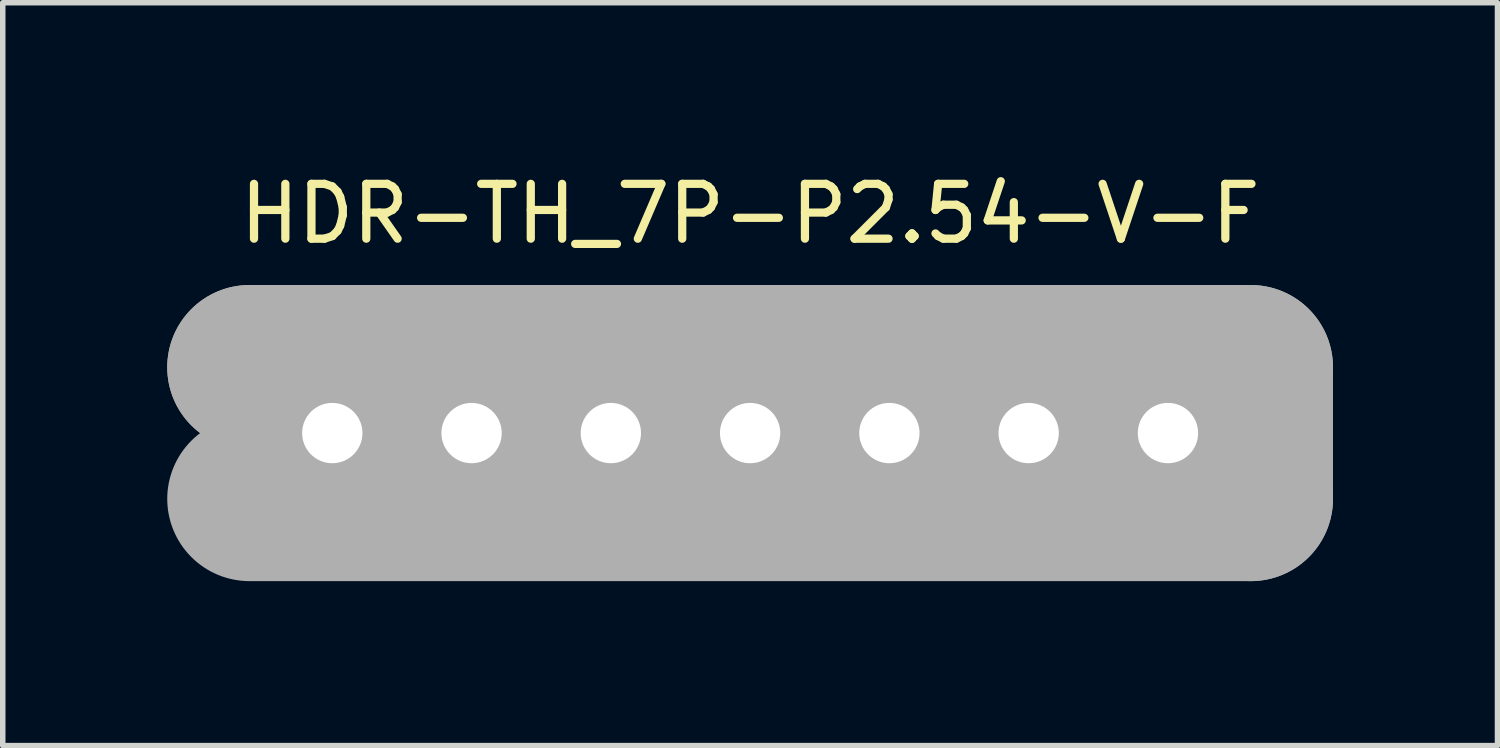
<source format=kicad_pcb>
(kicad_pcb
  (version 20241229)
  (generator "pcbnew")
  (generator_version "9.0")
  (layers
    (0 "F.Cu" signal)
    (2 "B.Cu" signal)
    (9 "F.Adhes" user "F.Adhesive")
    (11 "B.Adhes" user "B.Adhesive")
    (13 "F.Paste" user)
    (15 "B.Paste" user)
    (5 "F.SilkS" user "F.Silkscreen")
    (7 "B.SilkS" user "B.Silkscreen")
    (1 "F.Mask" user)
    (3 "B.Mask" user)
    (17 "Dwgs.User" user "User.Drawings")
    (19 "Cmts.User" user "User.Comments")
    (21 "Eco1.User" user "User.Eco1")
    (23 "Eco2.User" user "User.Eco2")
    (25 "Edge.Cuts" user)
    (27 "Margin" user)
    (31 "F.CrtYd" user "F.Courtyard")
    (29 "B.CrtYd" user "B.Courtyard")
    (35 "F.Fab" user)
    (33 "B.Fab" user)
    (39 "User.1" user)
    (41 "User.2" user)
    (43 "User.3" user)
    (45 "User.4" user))
  (footprint "HDR-TH_7P-P2.54-V-F"
    (layer "F.Cu")
    (at 10.63 4.848)
    (property "Reference" "HDR-TH_7P-P2.54-V-F" (at 0 -4 0) (layer "F.SilkS") (effects (font (size 1 1) (thickness 0.15))))
    (attr through_hole)
    (fp_line (start -9 -1.14) (end -9 1.14) (stroke (width 0.25) (type solid)) (layer "F.SilkS"))
    (fp_line (start -9 -1.14) (end 9.217 -1.14) (stroke (width 0.25) (type solid)) (layer "F.SilkS"))
    (fp_line (start -9 1.14) (end 9.217 1.14) (stroke (width 0.25) (type solid)) (layer "F.SilkS"))
    (fp_line (start -6.35 -1.14) (end -6.35 1.14) (stroke (width 0.25) (type solid)) (layer "F.SilkS"))
    (fp_line (start 9.25 -1.14) (end 9.25 1.14) (stroke (width 0.25) (type solid)) (layer "F.SilkS"))
    (fp_line (start -9.13 -1.2) (end -9.13 -1.2) (stroke (width 3) (type solid)) (layer "F.Fab"))
    (fp_line (start -9.13 -1.2) (end 9.13 -1.2) (stroke (width 3) (type solid)) (layer "F.Fab"))
    (fp_line (start 9.13 -1.2) (end 9.13 1.2) (stroke (width 3) (type solid)) (layer "F.Fab"))
    (fp_line (start 9.13 1.2) (end -9.13 1.2) (stroke (width 3) (type solid)) (layer "F.Fab"))
    (fp_circle (center -9.14 1.25) (end -9.11 1.25) (stroke (width 0.06) (type solid)) (fill no) (layer "F.Fab"))
    (fp_text user "${REFERENCE}" (at 0 0 0) (layer "F.Fab") (effects (font (size 1 1) (thickness 0.15))))
    (pad "1" thru_hole rect (at -7.62 0) (size 1.57 1.7) (drill 1.1) (layers "*.Cu" "*.Mask"))
    (pad "2" thru_hole circle (at -5.08 0) (size 1.7 1.7) (drill 1.1) (layers "*.Cu" "*.Mask"))
    (pad "3" thru_hole circle (at -2.54 0) (size 1.7 1.7) (drill 1.1) (layers "*.Cu" "*.Mask"))
    (pad "4" thru_hole circle (at 0 0) (size 1.7 1.7) (drill 1.1) (layers "*.Cu" "*.Mask"))
    (pad "5" thru_hole circle (at 2.54 0) (size 1.7 1.7) (drill 1.1) (layers "*.Cu" "*.Mask"))
    (pad "6" thru_hole circle (at 5.08 0) (size 1.7 1.7) (drill 1.1) (layers "*.Cu" "*.Mask"))
    (pad "7" thru_hole circle (at 7.62 0) (size 1.7 1.7) (drill 1.1) (layers "*.Cu" "*.Mask")))
  (gr_rect
    (start -3 -3)
    (end 24.26 10.548)
    (stroke (width 0.1) (type default))
    (fill no)
    (layer "Edge.Cuts")))
</source>
